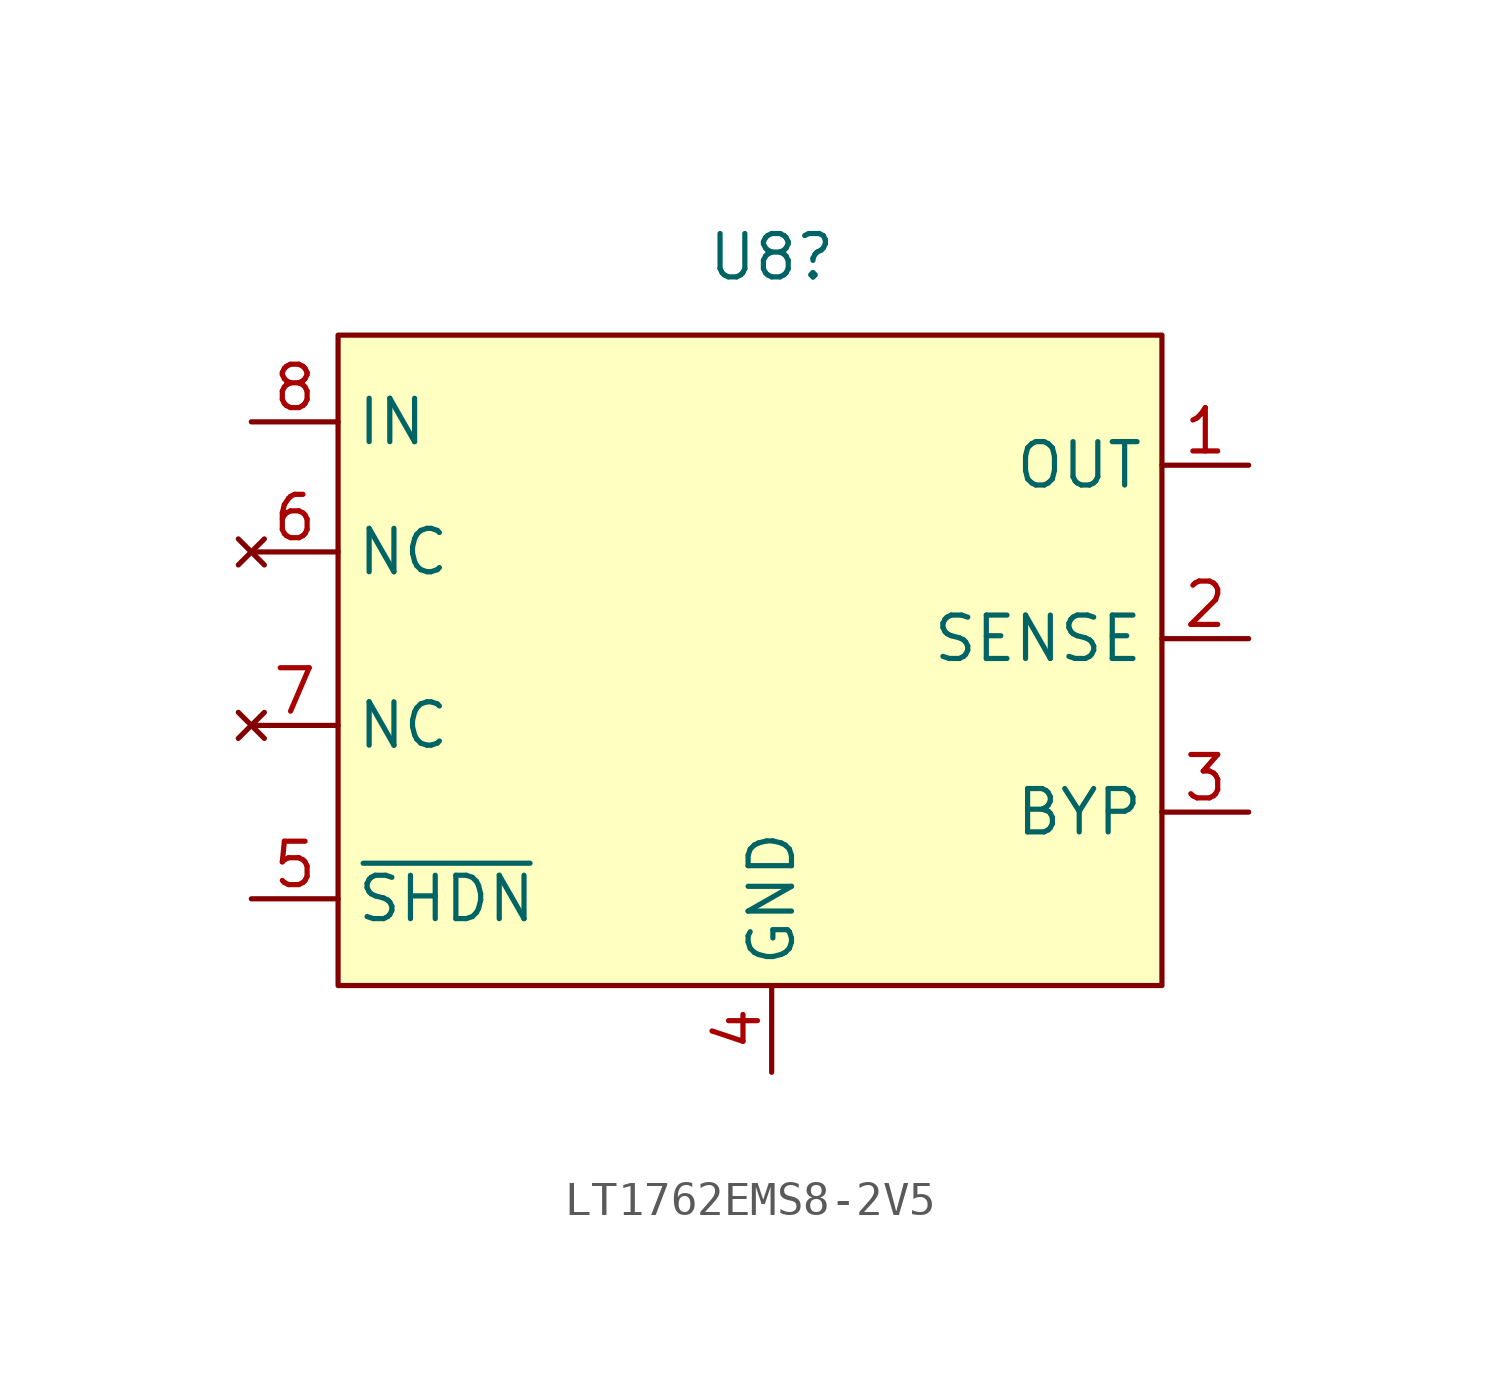
<source format=kicad_sym>
(kicad_symbol_lib
  (version 20241209)
  (generator "kicad_symbol_editor")
  (generator_version "9.0")
  (symbol "LT1762EMS8-2V5"
    (property "Reference" "U8"
      (at 0 14.986 0)
      (effects (font (size 1.27 1.27))))
    (property "Value" ""
      (at -15.24 7.62 0)
      (effects (font (size 1.27 1.27))))
    (symbol "LT1762EMS8-2V5_1_1"
      (rectangle (start -12.7 12.7) (end 11.43 -6.35) (stroke (width 0) (type solid)) (fill (type background)))
      (pin input line (at -15.24 10.16 0) (length 2.54) (name "IN" (effects (font (size 1.27 1.27)))) (number "8" (effects (font (size 1.27 1.27)))))
      (pin no_connect line (at -15.24 6.35 0) (length 2.54) (name "NC" (effects (font (size 1.27 1.27)))) (number "6" (effects (font (size 1.27 1.27)))))
      (pin no_connect line (at -15.24 1.27 0) (length 2.54) (name "NC" (effects (font (size 1.27 1.27)))) (number "7" (effects (font (size 1.27 1.27)))))
      (pin input line (at -15.24 -3.81 0) (length 2.54) (name "~{SHDN}" (effects (font (size 1.27 1.27)))) (number "5" (effects (font (size 1.27 1.27)))))
      (pin power_out line (at 0 -8.89 90) (length 2.54) (name "GND" (effects (font (size 1.27 1.27)))) (number "4" (effects (font (size 1.27 1.27)))))
      (pin output line (at 13.97 8.89 180) (length 2.54) (name "OUT" (effects (font (size 1.27 1.27)))) (number "1" (effects (font (size 1.27 1.27)))))
      (pin input line (at 13.97 3.81 180) (length 2.54) (name "SENSE" (effects (font (size 1.27 1.27)))) (number "2" (effects (font (size 1.27 1.27)))))
      (pin output line (at 13.97 -1.27 180) (length 2.54) (name "BYP" (effects (font (size 1.27 1.27)))) (number "3" (effects (font (size 1.27 1.27))))))))
</source>
